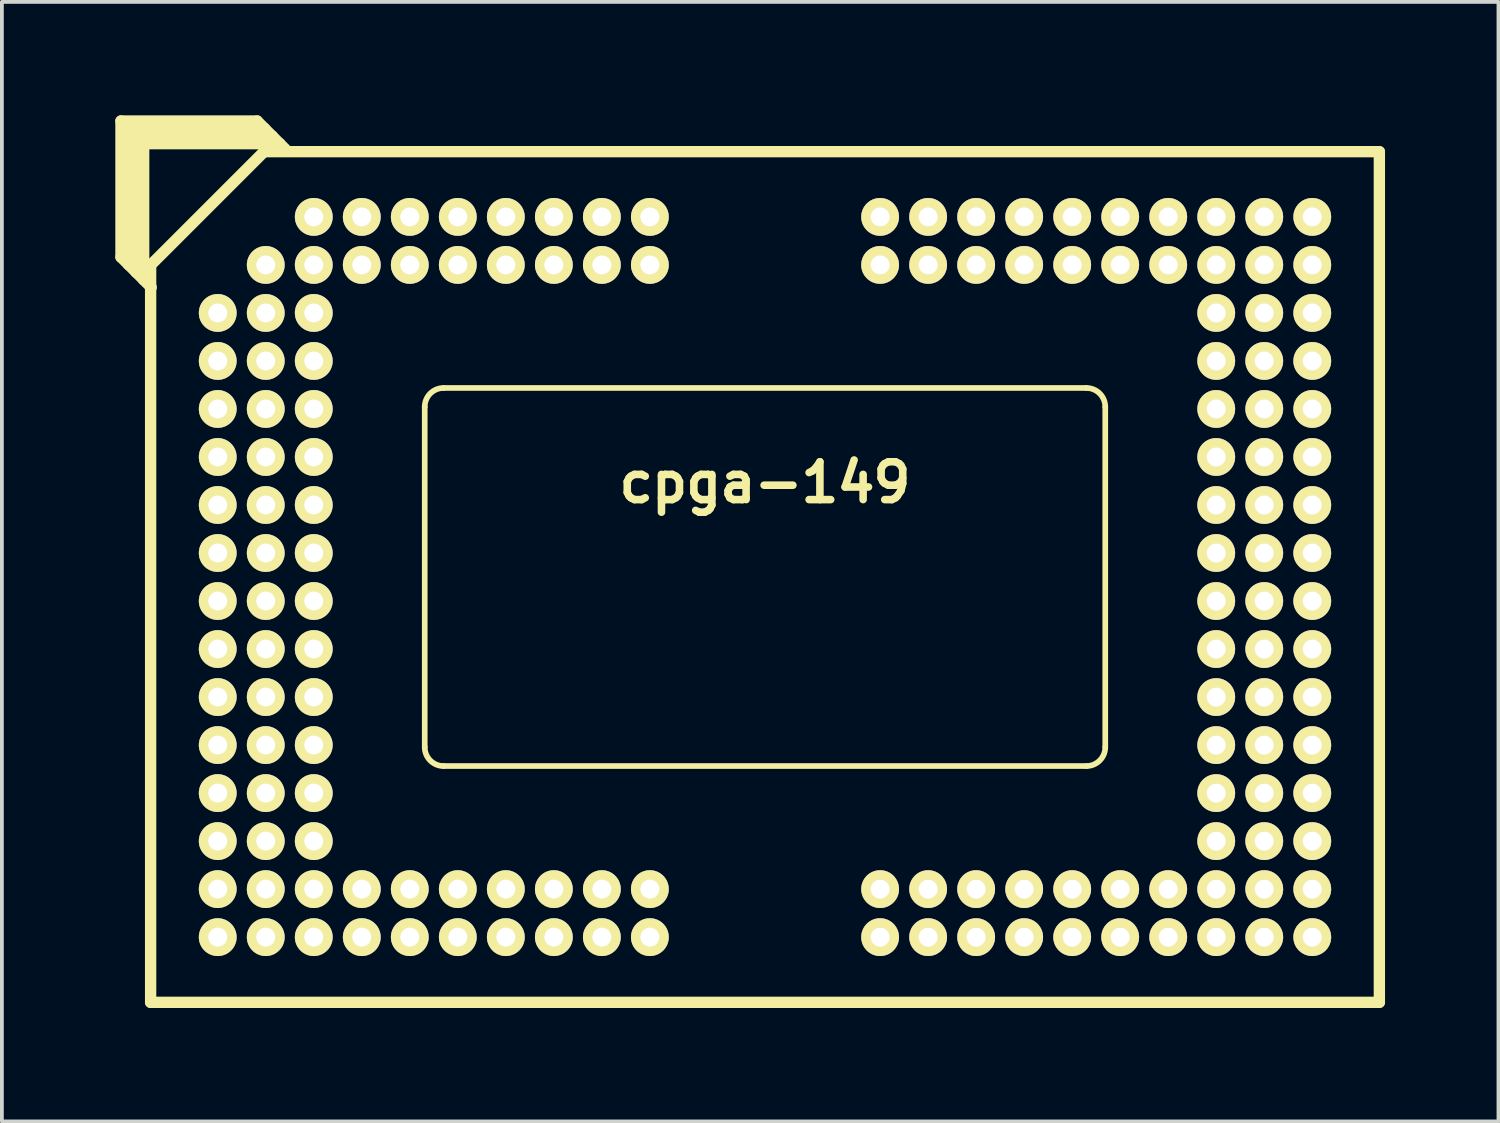
<source format=kicad_pcb>
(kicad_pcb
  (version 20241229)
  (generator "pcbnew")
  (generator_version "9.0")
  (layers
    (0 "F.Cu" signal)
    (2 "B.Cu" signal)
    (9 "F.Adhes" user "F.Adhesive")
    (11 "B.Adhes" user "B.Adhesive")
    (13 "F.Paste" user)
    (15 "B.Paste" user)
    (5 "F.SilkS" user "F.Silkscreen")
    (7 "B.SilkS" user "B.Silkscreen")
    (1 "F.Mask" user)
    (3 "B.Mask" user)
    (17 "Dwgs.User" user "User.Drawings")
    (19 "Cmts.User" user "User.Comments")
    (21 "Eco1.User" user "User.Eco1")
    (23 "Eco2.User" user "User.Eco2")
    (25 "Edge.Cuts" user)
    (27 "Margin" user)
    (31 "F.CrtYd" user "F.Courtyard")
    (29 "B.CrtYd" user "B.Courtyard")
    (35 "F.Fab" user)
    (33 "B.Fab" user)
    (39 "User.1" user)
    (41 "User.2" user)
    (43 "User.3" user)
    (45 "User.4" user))
  (footprint "cpga-149"
    (layer "F.Cu")
    (at 17.184 12.212)
    (property "Reference" "cpga-149" (at 0 -2.5 0) (layer "F.SilkS") (effects (font (size 1 1) (thickness 0.2))))
    (attr through_hole)
    (fp_line (start -17.034 -12.062) (end -13.434 -12.062) (stroke (width 0.3) (type solid)) (layer "F.SilkS"))
    (fp_line (start -17.034 -8.462) (end -17.034 -12.062) (stroke (width 0.3) (type solid)) (layer "F.SilkS"))
    (fp_line (start -17.034 -8.462) (end -16.234 -7.662) (stroke (width 0.3) (type solid)) (layer "F.SilkS"))
    (fp_line (start -16.834 -11.862) (end -13.234 -11.862) (stroke (width 0.3) (type solid)) (layer "F.SilkS"))
    (fp_line (start -16.834 -8.262) (end -16.834 -11.862) (stroke (width 0.3) (type solid)) (layer "F.SilkS"))
    (fp_line (start -16.634 -11.662) (end -16.634 -8.062) (stroke (width 0.3) (type solid)) (layer "F.SilkS"))
    (fp_line (start -16.434 -11.462) (end -16.434 -7.862) (stroke (width 0.3) (type solid)) (layer "F.SilkS"))
    (fp_line (start -16.434 -11.462) (end -12.834 -11.462) (stroke (width 0.3) (type solid)) (layer "F.SilkS"))
    (fp_line (start -16.25 11.25) (end -16.25 -8.25) (stroke (width 0.3) (type solid)) (layer "F.SilkS"))
    (fp_line (start -13.434 -12.062) (end -12.634 -11.262) (stroke (width 0.3) (type solid)) (layer "F.SilkS"))
    (fp_line (start -13.25 -11.25) (end -16.25 -8.25) (stroke (width 0.3) (type solid)) (layer "F.SilkS"))
    (fp_line (start -13.25 -11.25) (end 16.25 -11.25) (stroke (width 0.3) (type solid)) (layer "F.SilkS"))
    (fp_line (start -13.034 -11.662) (end -16.634 -11.662) (stroke (width 0.3) (type solid)) (layer "F.SilkS"))
    (fp_line (start -9 4.5) (end -9 -4.5) (stroke (width 0.15) (type solid)) (layer "F.SilkS"))
    (fp_line (start -8.5 -5) (end 8.5 -5) (stroke (width 0.15) (type solid)) (layer "F.SilkS"))
    (fp_line (start 8.5 5) (end -8.5 5) (stroke (width 0.15) (type solid)) (layer "F.SilkS"))
    (fp_line (start 9 -4.5) (end 9 4.5) (stroke (width 0.15) (type solid)) (layer "F.SilkS"))
    (fp_line (start 16.25 -11.25) (end 16.25 11.25) (stroke (width 0.3) (type solid)) (layer "F.SilkS"))
    (fp_line (start 16.25 11.25) (end -16.25 11.25) (stroke (width 0.3) (type solid)) (layer "F.SilkS"))
    (fp_arc (start -9 -4.5) (mid -8.853553 -4.853553) (end -8.5 -5) (stroke (width 0.15) (type solid)) (layer "F.SilkS"))
    (fp_arc (start -8.5 5) (mid -8.853553 4.853553) (end -9 4.5) (stroke (width 0.15) (type solid)) (layer "F.SilkS"))
    (fp_arc (start 8.5 -5) (mid 8.853553 -4.853553) (end 9 -4.5) (stroke (width 0.15) (type solid)) (layer "F.SilkS"))
    (fp_arc (start 9 4.5) (mid 8.853553 4.853553) (end 8.5 5) (stroke (width 0.15) (type solid)) (layer "F.SilkS"))
    (pad "A3" thru_hole circle (at -11.935 -9.525) (size 1 1) (drill 0.5) (layers "*.Cu" "*.Mask" "F.SilkS"))
    (pad "A4" thru_hole circle (at -10.665 -9.525) (size 1 1) (drill 0.5) (layers "*.Cu" "*.Mask" "F.SilkS"))
    (pad "A5" thru_hole circle (at -9.395 -9.525) (size 1 1) (drill 0.5) (layers "*.Cu" "*.Mask" "F.SilkS"))
    (pad "A6" thru_hole circle (at -8.125 -9.525) (size 1 1) (drill 0.5) (layers "*.Cu" "*.Mask" "F.SilkS"))
    (pad "A7" thru_hole circle (at -6.855 -9.525) (size 1 1) (drill 0.5) (layers "*.Cu" "*.Mask" "F.SilkS"))
    (pad "A8" thru_hole circle (at -5.585 -9.525) (size 1 1) (drill 0.5) (layers "*.Cu" "*.Mask" "F.SilkS"))
    (pad "A9" thru_hole circle (at -4.315 -9.525) (size 1 1) (drill 0.5) (layers "*.Cu" "*.Mask" "F.SilkS"))
    (pad "A10" thru_hole circle (at -3.045 -9.525) (size 1 1) (drill 0.5) (layers "*.Cu" "*.Mask" "F.SilkS"))
    (pad "A11" thru_hole circle (at 3.045 -9.525) (size 1 1) (drill 0.5) (layers "*.Cu" "*.Mask" "F.SilkS"))
    (pad "A12" thru_hole circle (at 4.315 -9.525) (size 1 1) (drill 0.5) (layers "*.Cu" "*.Mask" "F.SilkS"))
    (pad "A13" thru_hole circle (at 5.585 -9.525) (size 1 1) (drill 0.5) (layers "*.Cu" "*.Mask" "F.SilkS"))
    (pad "A14" thru_hole circle (at 6.855 -9.525) (size 1 1) (drill 0.5) (layers "*.Cu" "*.Mask" "F.SilkS"))
    (pad "A15" thru_hole circle (at 8.125 -9.525) (size 1 1) (drill 0.5) (layers "*.Cu" "*.Mask" "F.SilkS"))
    (pad "A16" thru_hole circle (at 9.395 -9.525) (size 1 1) (drill 0.5) (layers "*.Cu" "*.Mask" "F.SilkS"))
    (pad "A17" thru_hole circle (at 10.665 -9.525) (size 1 1) (drill 0.5) (layers "*.Cu" "*.Mask" "F.SilkS"))
    (pad "A18" thru_hole circle (at 11.935 -9.525) (size 1 1) (drill 0.5) (layers "*.Cu" "*.Mask" "F.SilkS"))
    (pad "A19" thru_hole circle (at 13.205 -9.525) (size 1 1) (drill 0.5) (layers "*.Cu" "*.Mask" "F.SilkS"))
    (pad "A20" thru_hole circle (at 14.475 -9.525) (size 1 1) (drill 0.5) (layers "*.Cu" "*.Mask" "F.SilkS"))
    (pad "B2" thru_hole circle (at -13.205 -8.255) (size 1 1) (drill 0.5) (layers "*.Cu" "*.Mask" "F.SilkS"))
    (pad "B3" thru_hole circle (at -11.935 -8.255) (size 1 1) (drill 0.5) (layers "*.Cu" "*.Mask" "F.SilkS"))
    (pad "B4" thru_hole circle (at -10.665 -8.255) (size 1 1) (drill 0.5) (layers "*.Cu" "*.Mask" "F.SilkS"))
    (pad "B5" thru_hole circle (at -9.395 -8.255) (size 1 1) (drill 0.5) (layers "*.Cu" "*.Mask" "F.SilkS"))
    (pad "B6" thru_hole circle (at -8.125 -8.255) (size 1 1) (drill 0.5) (layers "*.Cu" "*.Mask" "F.SilkS"))
    (pad "B7" thru_hole circle (at -6.855 -8.255) (size 1 1) (drill 0.5) (layers "*.Cu" "*.Mask" "F.SilkS"))
    (pad "B8" thru_hole circle (at -5.585 -8.255) (size 1 1) (drill 0.5) (layers "*.Cu" "*.Mask" "F.SilkS"))
    (pad "B9" thru_hole circle (at -4.315 -8.255) (size 1 1) (drill 0.5) (layers "*.Cu" "*.Mask" "F.SilkS"))
    (pad "B10" thru_hole circle (at -3.045 -8.255) (size 1 1) (drill 0.5) (layers "*.Cu" "*.Mask" "F.SilkS"))
    (pad "B11" thru_hole circle (at 3.045 -8.255) (size 1 1) (drill 0.5) (layers "*.Cu" "*.Mask" "F.SilkS"))
    (pad "B12" thru_hole circle (at 4.315 -8.255) (size 1 1) (drill 0.5) (layers "*.Cu" "*.Mask" "F.SilkS"))
    (pad "B13" thru_hole circle (at 5.585 -8.255) (size 1 1) (drill 0.5) (layers "*.Cu" "*.Mask" "F.SilkS"))
    (pad "B14" thru_hole circle (at 6.855 -8.255) (size 1 1) (drill 0.5) (layers "*.Cu" "*.Mask" "F.SilkS"))
    (pad "B15" thru_hole circle (at 8.125 -8.255) (size 1 1) (drill 0.5) (layers "*.Cu" "*.Mask" "F.SilkS"))
    (pad "B16" thru_hole circle (at 9.395 -8.255) (size 1 1) (drill 0.5) (layers "*.Cu" "*.Mask" "F.SilkS"))
    (pad "B17" thru_hole circle (at 10.665 -8.255) (size 1 1) (drill 0.5) (layers "*.Cu" "*.Mask" "F.SilkS"))
    (pad "B18" thru_hole circle (at 11.935 -8.255) (size 1 1) (drill 0.5) (layers "*.Cu" "*.Mask" "F.SilkS"))
    (pad "B19" thru_hole circle (at 13.205 -8.255) (size 1 1) (drill 0.5) (layers "*.Cu" "*.Mask" "F.SilkS"))
    (pad "B20" thru_hole circle (at 14.475 -8.255) (size 1 1) (drill 0.5) (layers "*.Cu" "*.Mask" "F.SilkS"))
    (pad "C1" thru_hole circle (at -14.475 -6.985) (size 1 1) (drill 0.5) (layers "*.Cu" "*.Mask" "F.SilkS"))
    (pad "C2" thru_hole circle (at -13.205 -6.985) (size 1 1) (drill 0.5) (layers "*.Cu" "*.Mask" "F.SilkS"))
    (pad "C3" thru_hole circle (at -11.935 -6.985) (size 1 1) (drill 0.5) (layers "*.Cu" "*.Mask" "F.SilkS"))
    (pad "C18" thru_hole circle (at 11.935 -6.985) (size 1 1) (drill 0.5) (layers "*.Cu" "*.Mask" "F.SilkS"))
    (pad "C19" thru_hole circle (at 13.205 -6.985) (size 1 1) (drill 0.5) (layers "*.Cu" "*.Mask" "F.SilkS"))
    (pad "C20" thru_hole circle (at 14.475 -6.985) (size 1 1) (drill 0.5) (layers "*.Cu" "*.Mask" "F.SilkS"))
    (pad "D1" thru_hole circle (at -14.475 -5.715) (size 1 1) (drill 0.5) (layers "*.Cu" "*.Mask" "F.SilkS"))
    (pad "D2" thru_hole circle (at -13.205 -5.715) (size 1 1) (drill 0.5) (layers "*.Cu" "*.Mask" "F.SilkS"))
    (pad "D3" thru_hole circle (at -11.935 -5.715) (size 1 1) (drill 0.5) (layers "*.Cu" "*.Mask" "F.SilkS"))
    (pad "D18" thru_hole circle (at 11.935 -5.715) (size 1 1) (drill 0.5) (layers "*.Cu" "*.Mask" "F.SilkS"))
    (pad "D19" thru_hole circle (at 13.205 -5.715) (size 1 1) (drill 0.5) (layers "*.Cu" "*.Mask" "F.SilkS"))
    (pad "D20" thru_hole circle (at 14.475 -5.715) (size 1 1) (drill 0.5) (layers "*.Cu" "*.Mask" "F.SilkS"))
    (pad "E1" thru_hole circle (at -14.475 -4.445) (size 1 1) (drill 0.5) (layers "*.Cu" "*.Mask" "F.SilkS"))
    (pad "E2" thru_hole circle (at -13.205 -4.445) (size 1 1) (drill 0.5) (layers "*.Cu" "*.Mask" "F.SilkS"))
    (pad "E3" thru_hole circle (at -11.935 -4.445) (size 1 1) (drill 0.5) (layers "*.Cu" "*.Mask" "F.SilkS"))
    (pad "E18" thru_hole circle (at 11.935 -4.445) (size 1 1) (drill 0.5) (layers "*.Cu" "*.Mask" "F.SilkS"))
    (pad "E19" thru_hole circle (at 13.205 -4.445) (size 1 1) (drill 0.5) (layers "*.Cu" "*.Mask" "F.SilkS"))
    (pad "E20" thru_hole circle (at 14.475 -4.445) (size 1 1) (drill 0.5) (layers "*.Cu" "*.Mask" "F.SilkS"))
    (pad "F1" thru_hole circle (at -14.475 -3.175) (size 1 1) (drill 0.5) (layers "*.Cu" "*.Mask" "F.SilkS"))
    (pad "F2" thru_hole circle (at -13.205 -3.175) (size 1 1) (drill 0.5) (layers "*.Cu" "*.Mask" "F.SilkS"))
    (pad "F3" thru_hole circle (at -11.935 -3.175) (size 1 1) (drill 0.5) (layers "*.Cu" "*.Mask" "F.SilkS"))
    (pad "F18" thru_hole circle (at 11.935 -3.175) (size 1 1) (drill 0.5) (layers "*.Cu" "*.Mask" "F.SilkS"))
    (pad "F19" thru_hole circle (at 13.205 -3.175) (size 1 1) (drill 0.5) (layers "*.Cu" "*.Mask" "F.SilkS"))
    (pad "F20" thru_hole circle (at 14.475 -3.175) (size 1 1) (drill 0.5) (layers "*.Cu" "*.Mask" "F.SilkS"))
    (pad "G1" thru_hole circle (at -14.475 -1.905) (size 1 1) (drill 0.5) (layers "*.Cu" "*.Mask" "F.SilkS"))
    (pad "G2" thru_hole circle (at -13.205 -1.905) (size 1 1) (drill 0.5) (layers "*.Cu" "*.Mask" "F.SilkS"))
    (pad "G3" thru_hole circle (at -11.935 -1.905) (size 1 1) (drill 0.5) (layers "*.Cu" "*.Mask" "F.SilkS"))
    (pad "G18" thru_hole circle (at 11.935 -1.905) (size 1 1) (drill 0.5) (layers "*.Cu" "*.Mask" "F.SilkS"))
    (pad "G19" thru_hole circle (at 13.205 -1.905) (size 1 1) (drill 0.5) (layers "*.Cu" "*.Mask" "F.SilkS"))
    (pad "G20" thru_hole circle (at 14.475 -1.905) (size 1 1) (drill 0.5) (layers "*.Cu" "*.Mask" "F.SilkS"))
    (pad "H1" thru_hole circle (at -14.475 -0.635) (size 1 1) (drill 0.5) (layers "*.Cu" "*.Mask" "F.SilkS"))
    (pad "H2" thru_hole circle (at -13.205 -0.635) (size 1 1) (drill 0.5) (layers "*.Cu" "*.Mask" "F.SilkS"))
    (pad "H3" thru_hole circle (at -11.935 -0.635) (size 1 1) (drill 0.5) (layers "*.Cu" "*.Mask" "F.SilkS"))
    (pad "H18" thru_hole circle (at 11.935 -0.635) (size 1 1) (drill 0.5) (layers "*.Cu" "*.Mask" "F.SilkS"))
    (pad "H19" thru_hole circle (at 13.205 -0.635) (size 1 1) (drill 0.5) (layers "*.Cu" "*.Mask" "F.SilkS"))
    (pad "H20" thru_hole circle (at 14.475 -0.635) (size 1 1) (drill 0.5) (layers "*.Cu" "*.Mask" "F.SilkS"))
    (pad "J1" thru_hole circle (at -14.475 0.635) (size 1 1) (drill 0.5) (layers "*.Cu" "*.Mask" "F.SilkS"))
    (pad "J2" thru_hole circle (at -13.205 0.635) (size 1 1) (drill 0.5) (layers "*.Cu" "*.Mask" "F.SilkS"))
    (pad "J3" thru_hole circle (at -11.935 0.635) (size 1 1) (drill 0.5) (layers "*.Cu" "*.Mask" "F.SilkS"))
    (pad "J18" thru_hole circle (at 11.935 0.635) (size 1 1) (drill 0.5) (layers "*.Cu" "*.Mask" "F.SilkS"))
    (pad "J19" thru_hole circle (at 13.205 0.635) (size 1 1) (drill 0.5) (layers "*.Cu" "*.Mask" "F.SilkS"))
    (pad "J20" thru_hole circle (at 14.475 0.635) (size 1 1) (drill 0.5) (layers "*.Cu" "*.Mask" "F.SilkS"))
    (pad "K1" thru_hole circle (at -14.475 1.905) (size 1 1) (drill 0.5) (layers "*.Cu" "*.Mask" "F.SilkS"))
    (pad "K2" thru_hole circle (at -13.205 1.905) (size 1 1) (drill 0.5) (layers "*.Cu" "*.Mask" "F.SilkS"))
    (pad "K3" thru_hole circle (at -11.935 1.905) (size 1 1) (drill 0.5) (layers "*.Cu" "*.Mask" "F.SilkS"))
    (pad "K18" thru_hole circle (at 11.935 1.905) (size 1 1) (drill 0.5) (layers "*.Cu" "*.Mask" "F.SilkS"))
    (pad "K19" thru_hole circle (at 13.205 1.905) (size 1 1) (drill 0.5) (layers "*.Cu" "*.Mask" "F.SilkS"))
    (pad "K20" thru_hole circle (at 14.475 1.905) (size 1 1) (drill 0.5) (layers "*.Cu" "*.Mask" "F.SilkS"))
    (pad "L1" thru_hole circle (at -14.475 3.175) (size 1 1) (drill 0.5) (layers "*.Cu" "*.Mask" "F.SilkS"))
    (pad "L2" thru_hole circle (at -13.205 3.175) (size 1 1) (drill 0.5) (layers "*.Cu" "*.Mask" "F.SilkS"))
    (pad "L3" thru_hole circle (at -11.935 3.175) (size 1 1) (drill 0.5) (layers "*.Cu" "*.Mask" "F.SilkS"))
    (pad "L18" thru_hole circle (at 11.935 3.175) (size 1 1) (drill 0.5) (layers "*.Cu" "*.Mask" "F.SilkS"))
    (pad "L19" thru_hole circle (at 13.205 3.175) (size 1 1) (drill 0.5) (layers "*.Cu" "*.Mask" "F.SilkS"))
    (pad "L20" thru_hole circle (at 14.475 3.175) (size 1 1) (drill 0.5) (layers "*.Cu" "*.Mask" "F.SilkS"))
    (pad "M1" thru_hole circle (at -14.475 4.445) (size 1 1) (drill 0.5) (layers "*.Cu" "*.Mask" "F.SilkS"))
    (pad "M2" thru_hole circle (at -13.205 4.445) (size 1 1) (drill 0.5) (layers "*.Cu" "*.Mask" "F.SilkS"))
    (pad "M3" thru_hole circle (at -11.935 4.445) (size 1 1) (drill 0.5) (layers "*.Cu" "*.Mask" "F.SilkS"))
    (pad "M18" thru_hole circle (at 11.935 4.445) (size 1 1) (drill 0.5) (layers "*.Cu" "*.Mask" "F.SilkS"))
    (pad "M19" thru_hole circle (at 13.205 4.445) (size 1 1) (drill 0.5) (layers "*.Cu" "*.Mask" "F.SilkS"))
    (pad "M20" thru_hole circle (at 14.475 4.445) (size 1 1) (drill 0.5) (layers "*.Cu" "*.Mask" "F.SilkS"))
    (pad "N1" thru_hole circle (at -14.475 5.715) (size 1 1) (drill 0.5) (layers "*.Cu" "*.Mask" "F.SilkS"))
    (pad "N2" thru_hole circle (at -13.205 5.715) (size 1 1) (drill 0.5) (layers "*.Cu" "*.Mask" "F.SilkS"))
    (pad "N3" thru_hole circle (at -11.935 5.715) (size 1 1) (drill 0.5) (layers "*.Cu" "*.Mask" "F.SilkS"))
    (pad "N18" thru_hole circle (at 11.935 5.715) (size 1 1) (drill 0.5) (layers "*.Cu" "*.Mask" "F.SilkS"))
    (pad "N19" thru_hole circle (at 13.205 5.715) (size 1 1) (drill 0.5) (layers "*.Cu" "*.Mask" "F.SilkS"))
    (pad "N20" thru_hole circle (at 14.475 5.715) (size 1 1) (drill 0.5) (layers "*.Cu" "*.Mask" "F.SilkS"))
    (pad "P1" thru_hole circle (at -14.475 6.985) (size 1 1) (drill 0.5) (layers "*.Cu" "*.Mask" "F.SilkS"))
    (pad "P2" thru_hole circle (at -13.205 6.985) (size 1 1) (drill 0.5) (layers "*.Cu" "*.Mask" "F.SilkS"))
    (pad "P3" thru_hole circle (at -11.935 6.985) (size 1 1) (drill 0.5) (layers "*.Cu" "*.Mask" "F.SilkS"))
    (pad "P18" thru_hole circle (at 11.935 6.985) (size 1 1) (drill 0.5) (layers "*.Cu" "*.Mask" "F.SilkS"))
    (pad "P19" thru_hole circle (at 13.205 6.985) (size 1 1) (drill 0.5) (layers "*.Cu" "*.Mask" "F.SilkS"))
    (pad "P20" thru_hole circle (at 14.475 6.985) (size 1 1) (drill 0.5) (layers "*.Cu" "*.Mask" "F.SilkS"))
    (pad "R1" thru_hole circle (at -14.475 8.255) (size 1 1) (drill 0.5) (layers "*.Cu" "*.Mask" "F.SilkS"))
    (pad "R2" thru_hole circle (at -13.205 8.255) (size 1 1) (drill 0.5) (layers "*.Cu" "*.Mask" "F.SilkS"))
    (pad "R3" thru_hole circle (at -11.935 8.255) (size 1 1) (drill 0.5) (layers "*.Cu" "*.Mask" "F.SilkS"))
    (pad "R4" thru_hole circle (at -10.665 8.255) (size 1 1) (drill 0.5) (layers "*.Cu" "*.Mask" "F.SilkS"))
    (pad "R5" thru_hole circle (at -9.395 8.255) (size 1 1) (drill 0.5) (layers "*.Cu" "*.Mask" "F.SilkS"))
    (pad "R6" thru_hole circle (at -8.125 8.255) (size 1 1) (drill 0.5) (layers "*.Cu" "*.Mask" "F.SilkS"))
    (pad "R7" thru_hole circle (at -6.855 8.255) (size 1 1) (drill 0.5) (layers "*.Cu" "*.Mask" "F.SilkS"))
    (pad "R8" thru_hole circle (at -5.585 8.255) (size 1 1) (drill 0.5) (layers "*.Cu" "*.Mask" "F.SilkS"))
    (pad "R9" thru_hole circle (at -4.315 8.255) (size 1 1) (drill 0.5) (layers "*.Cu" "*.Mask" "F.SilkS"))
    (pad "R10" thru_hole circle (at -3.045 8.255) (size 1 1) (drill 0.5) (layers "*.Cu" "*.Mask" "F.SilkS"))
    (pad "R11" thru_hole circle (at 3.045 8.255) (size 1 1) (drill 0.5) (layers "*.Cu" "*.Mask" "F.SilkS"))
    (pad "R12" thru_hole circle (at 4.315 8.255) (size 1 1) (drill 0.5) (layers "*.Cu" "*.Mask" "F.SilkS"))
    (pad "R13" thru_hole circle (at 5.585 8.255) (size 1 1) (drill 0.5) (layers "*.Cu" "*.Mask" "F.SilkS"))
    (pad "R14" thru_hole circle (at 6.855 8.255) (size 1 1) (drill 0.5) (layers "*.Cu" "*.Mask" "F.SilkS"))
    (pad "R15" thru_hole circle (at 8.125 8.255) (size 1 1) (drill 0.5) (layers "*.Cu" "*.Mask" "F.SilkS"))
    (pad "R16" thru_hole circle (at 9.395 8.255) (size 1 1) (drill 0.5) (layers "*.Cu" "*.Mask" "F.SilkS"))
    (pad "R17" thru_hole circle (at 10.665 8.255) (size 1 1) (drill 0.5) (layers "*.Cu" "*.Mask" "F.SilkS"))
    (pad "R18" thru_hole circle (at 11.935 8.255) (size 1 1) (drill 0.5) (layers "*.Cu" "*.Mask" "F.SilkS"))
    (pad "R19" thru_hole circle (at 13.205 8.255) (size 1 1) (drill 0.5) (layers "*.Cu" "*.Mask" "F.SilkS"))
    (pad "R20" thru_hole circle (at 14.475 8.255) (size 1 1) (drill 0.5) (layers "*.Cu" "*.Mask" "F.SilkS"))
    (pad "T1" thru_hole circle (at -14.475 9.525) (size 1 1) (drill 0.5) (layers "*.Cu" "*.Mask" "F.SilkS"))
    (pad "T2" thru_hole circle (at -13.205 9.525) (size 1 1) (drill 0.5) (layers "*.Cu" "*.Mask" "F.SilkS"))
    (pad "T3" thru_hole circle (at -11.935 9.525) (size 1 1) (drill 0.5) (layers "*.Cu" "*.Mask" "F.SilkS"))
    (pad "T4" thru_hole circle (at -10.665 9.525) (size 1 1) (drill 0.5) (layers "*.Cu" "*.Mask" "F.SilkS"))
    (pad "T5" thru_hole circle (at -9.395 9.525) (size 1 1) (drill 0.5) (layers "*.Cu" "*.Mask" "F.SilkS"))
    (pad "T6" thru_hole circle (at -8.125 9.525) (size 1 1) (drill 0.5) (layers "*.Cu" "*.Mask" "F.SilkS"))
    (pad "T7" thru_hole circle (at -6.855 9.525) (size 1 1) (drill 0.5) (layers "*.Cu" "*.Mask" "F.SilkS"))
    (pad "T8" thru_hole circle (at -5.585 9.525) (size 1 1) (drill 0.5) (layers "*.Cu" "*.Mask" "F.SilkS"))
    (pad "T9" thru_hole circle (at -4.315 9.525) (size 1 1) (drill 0.5) (layers "*.Cu" "*.Mask" "F.SilkS"))
    (pad "T10" thru_hole circle (at -3.045 9.525) (size 1 1) (drill 0.5) (layers "*.Cu" "*.Mask" "F.SilkS"))
    (pad "T11" thru_hole circle (at 3.045 9.525) (size 1 1) (drill 0.5) (layers "*.Cu" "*.Mask" "F.SilkS"))
    (pad "T12" thru_hole circle (at 4.315 9.525) (size 1 1) (drill 0.5) (layers "*.Cu" "*.Mask" "F.SilkS"))
    (pad "T13" thru_hole circle (at 5.585 9.525) (size 1 1) (drill 0.5) (layers "*.Cu" "*.Mask" "F.SilkS"))
    (pad "T14" thru_hole circle (at 6.855 9.525) (size 1 1) (drill 0.5) (layers "*.Cu" "*.Mask" "F.SilkS"))
    (pad "T15" thru_hole circle (at 8.125 9.525) (size 1 1) (drill 0.5) (layers "*.Cu" "*.Mask" "F.SilkS"))
    (pad "T16" thru_hole circle (at 9.395 9.525) (size 1 1) (drill 0.5) (layers "*.Cu" "*.Mask" "F.SilkS"))
    (pad "T17" thru_hole circle (at 10.665 9.525) (size 1 1) (drill 0.5) (layers "*.Cu" "*.Mask" "F.SilkS"))
    (pad "T18" thru_hole circle (at 11.935 9.525) (size 1 1) (drill 0.5) (layers "*.Cu" "*.Mask" "F.SilkS"))
    (pad "T19" thru_hole circle (at 13.205 9.525) (size 1 1) (drill 0.5) (layers "*.Cu" "*.Mask" "F.SilkS"))
    (pad "T20" thru_hole circle (at 14.475 9.525) (size 1 1) (drill 0.5) (layers "*.Cu" "*.Mask" "F.SilkS")))
  (gr_rect
    (start -3 -3)
    (end 36.584 26.612)
    (stroke (width 0.1) (type default))
    (fill no)
    (layer "Edge.Cuts")))
</source>
